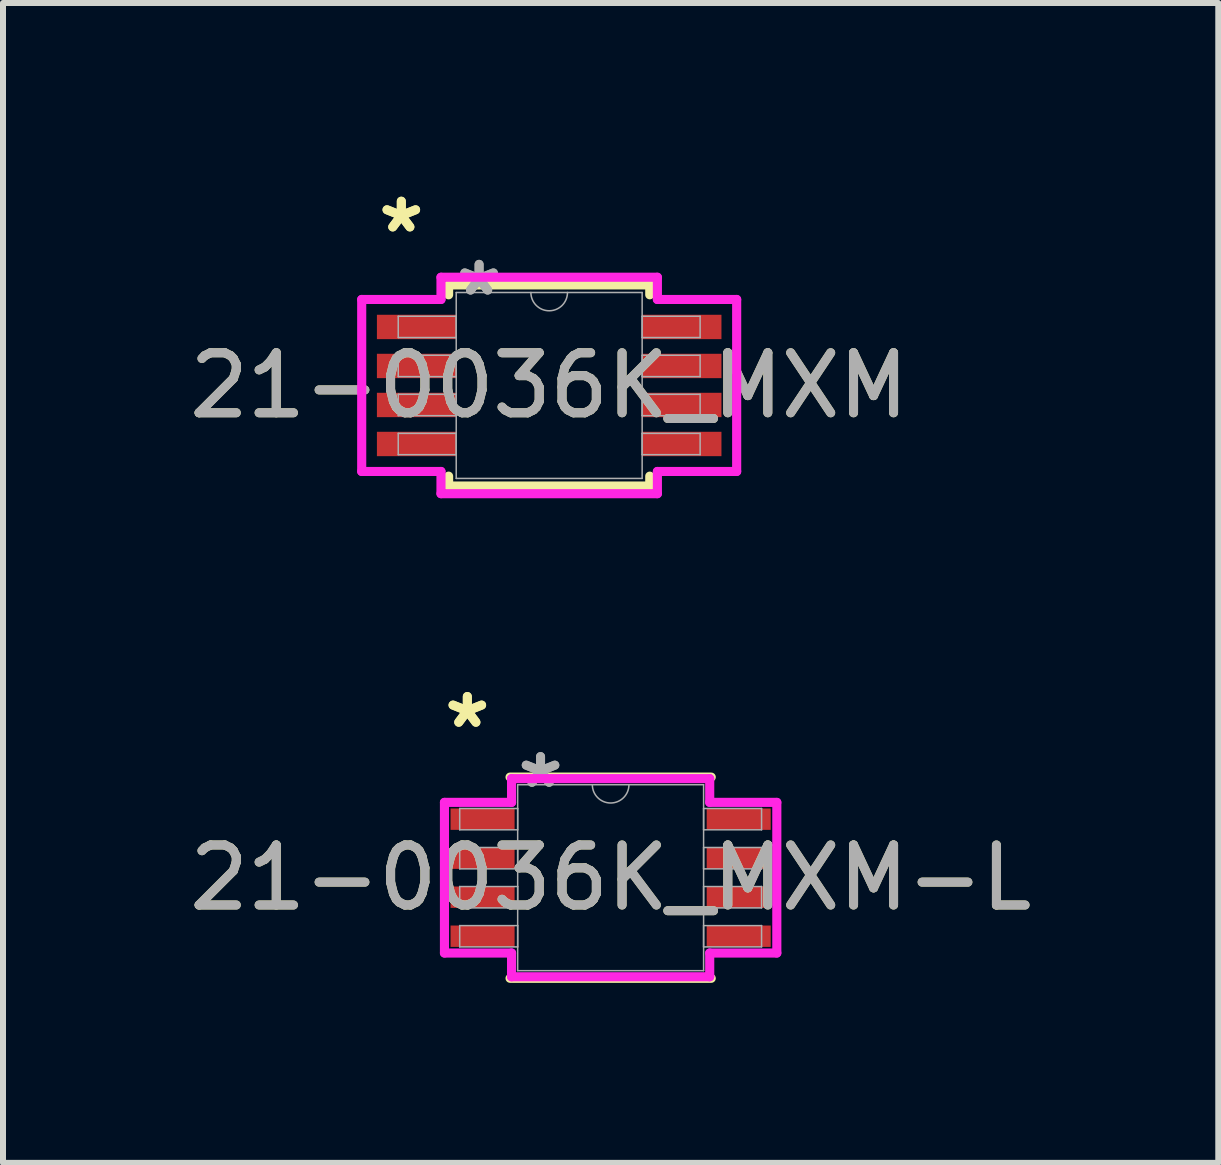
<source format=kicad_pcb>
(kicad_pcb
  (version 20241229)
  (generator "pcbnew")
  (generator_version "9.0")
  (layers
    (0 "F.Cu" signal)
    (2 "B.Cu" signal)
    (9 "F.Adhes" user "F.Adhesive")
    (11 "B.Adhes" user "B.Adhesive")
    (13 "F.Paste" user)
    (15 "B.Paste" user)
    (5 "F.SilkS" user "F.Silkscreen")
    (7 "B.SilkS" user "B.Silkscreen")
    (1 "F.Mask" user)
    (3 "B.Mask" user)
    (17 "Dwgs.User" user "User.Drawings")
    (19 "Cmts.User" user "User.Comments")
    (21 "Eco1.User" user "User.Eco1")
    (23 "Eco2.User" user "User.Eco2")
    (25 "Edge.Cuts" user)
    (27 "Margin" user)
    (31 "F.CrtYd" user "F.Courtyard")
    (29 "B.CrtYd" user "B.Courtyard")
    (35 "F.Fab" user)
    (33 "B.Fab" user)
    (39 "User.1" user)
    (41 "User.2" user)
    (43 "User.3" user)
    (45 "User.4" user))
  (footprint "21-0036K_MXM"
    (layer "F.Cu")
    (at 6.101 3.373)
    (property "Reference" "21-0036K_MXM" (at 0 0 0) (unlocked yes) (layer "F.SilkS") (effects (font (size 1 1) (thickness 0.15))))
    (attr smd)
    (fp_line (start -1.676 -1.676) (end -1.676 -1.511) (stroke (width 0.152) (type solid)) (layer "F.SilkS"))
    (fp_line (start -1.676 1.511) (end -1.676 1.676) (stroke (width 0.152) (type solid)) (layer "F.SilkS"))
    (fp_line (start -1.676 1.676) (end 1.676 1.676) (stroke (width 0.152) (type solid)) (layer "F.SilkS"))
    (fp_line (start 1.676 -1.676) (end -1.676 -1.676) (stroke (width 0.152) (type solid)) (layer "F.SilkS"))
    (fp_line (start 1.676 -1.511) (end 1.676 -1.676) (stroke (width 0.152) (type solid)) (layer "F.SilkS"))
    (fp_line (start 1.676 1.676) (end 1.676 1.511) (stroke (width 0.152) (type solid)) (layer "F.SilkS"))
    (fp_line (start -3.124 -1.433) (end -1.803 -1.433) (stroke (width 0.152) (type solid)) (layer "F.CrtYd"))
    (fp_line (start -3.124 1.433) (end -3.124 -1.433) (stroke (width 0.152) (type solid)) (layer "F.CrtYd"))
    (fp_line (start -3.124 1.433) (end -1.803 1.433) (stroke (width 0.152) (type solid)) (layer "F.CrtYd"))
    (fp_line (start -1.803 -1.803) (end 1.803 -1.803) (stroke (width 0.152) (type solid)) (layer "F.CrtYd"))
    (fp_line (start -1.803 -1.433) (end -1.803 -1.803) (stroke (width 0.152) (type solid)) (layer "F.CrtYd"))
    (fp_line (start -1.803 1.803) (end -1.803 1.433) (stroke (width 0.152) (type solid)) (layer "F.CrtYd"))
    (fp_line (start 1.803 -1.803) (end 1.803 -1.433) (stroke (width 0.152) (type solid)) (layer "F.CrtYd"))
    (fp_line (start 1.803 1.433) (end 1.803 1.803) (stroke (width 0.152) (type solid)) (layer "F.CrtYd"))
    (fp_line (start 1.803 1.803) (end -1.803 1.803) (stroke (width 0.152) (type solid)) (layer "F.CrtYd"))
    (fp_line (start 3.124 -1.433) (end 1.803 -1.433) (stroke (width 0.152) (type solid)) (layer "F.CrtYd"))
    (fp_line (start 3.124 -1.433) (end 3.124 1.433) (stroke (width 0.152) (type solid)) (layer "F.CrtYd"))
    (fp_line (start 3.124 1.433) (end 1.803 1.433) (stroke (width 0.152) (type solid)) (layer "F.CrtYd"))
    (fp_line (start -2.515 -1.153) (end -2.515 -0.798) (stroke (width 0.025) (type solid)) (layer "F.Fab"))
    (fp_line (start -2.515 -0.798) (end -1.549 -0.798) (stroke (width 0.025) (type solid)) (layer "F.Fab"))
    (fp_line (start -2.515 -0.503) (end -2.515 -0.147) (stroke (width 0.025) (type solid)) (layer "F.Fab"))
    (fp_line (start -2.515 -0.147) (end -1.549 -0.147) (stroke (width 0.025) (type solid)) (layer "F.Fab"))
    (fp_line (start -2.515 0.147) (end -2.515 0.503) (stroke (width 0.025) (type solid)) (layer "F.Fab"))
    (fp_line (start -2.515 0.503) (end -1.549 0.503) (stroke (width 0.025) (type solid)) (layer "F.Fab"))
    (fp_line (start -2.515 0.798) (end -2.515 1.153) (stroke (width 0.025) (type solid)) (layer "F.Fab"))
    (fp_line (start -2.515 1.153) (end -1.549 1.153) (stroke (width 0.025) (type solid)) (layer "F.Fab"))
    (fp_line (start -1.549 -1.549) (end -1.549 1.549) (stroke (width 0.025) (type solid)) (layer "F.Fab"))
    (fp_line (start -1.549 -1.153) (end -2.515 -1.153) (stroke (width 0.025) (type solid)) (layer "F.Fab"))
    (fp_line (start -1.549 -0.798) (end -1.549 -1.153) (stroke (width 0.025) (type solid)) (layer "F.Fab"))
    (fp_line (start -1.549 -0.503) (end -2.515 -0.503) (stroke (width 0.025) (type solid)) (layer "F.Fab"))
    (fp_line (start -1.549 -0.147) (end -1.549 -0.503) (stroke (width 0.025) (type solid)) (layer "F.Fab"))
    (fp_line (start -1.549 0.147) (end -2.515 0.147) (stroke (width 0.025) (type solid)) (layer "F.Fab"))
    (fp_line (start -1.549 0.503) (end -1.549 0.147) (stroke (width 0.025) (type solid)) (layer "F.Fab"))
    (fp_line (start -1.549 0.798) (end -2.515 0.798) (stroke (width 0.025) (type solid)) (layer "F.Fab"))
    (fp_line (start -1.549 1.153) (end -1.549 0.798) (stroke (width 0.025) (type solid)) (layer "F.Fab"))
    (fp_line (start -1.549 1.549) (end 1.549 1.549) (stroke (width 0.025) (type solid)) (layer "F.Fab"))
    (fp_line (start 1.549 -1.549) (end -1.549 -1.549) (stroke (width 0.025) (type solid)) (layer "F.Fab"))
    (fp_line (start 1.549 -1.153) (end 1.549 -0.798) (stroke (width 0.025) (type solid)) (layer "F.Fab"))
    (fp_line (start 1.549 -0.798) (end 2.515 -0.798) (stroke (width 0.025) (type solid)) (layer "F.Fab"))
    (fp_line (start 1.549 -0.503) (end 1.549 -0.147) (stroke (width 0.025) (type solid)) (layer "F.Fab"))
    (fp_line (start 1.549 -0.147) (end 2.515 -0.147) (stroke (width 0.025) (type solid)) (layer "F.Fab"))
    (fp_line (start 1.549 0.147) (end 1.549 0.503) (stroke (width 0.025) (type solid)) (layer "F.Fab"))
    (fp_line (start 1.549 0.503) (end 2.515 0.503) (stroke (width 0.025) (type solid)) (layer "F.Fab"))
    (fp_line (start 1.549 0.798) (end 1.549 1.153) (stroke (width 0.025) (type solid)) (layer "F.Fab"))
    (fp_line (start 1.549 1.153) (end 2.515 1.153) (stroke (width 0.025) (type solid)) (layer "F.Fab"))
    (fp_line (start 1.549 1.549) (end 1.549 -1.549) (stroke (width 0.025) (type solid)) (layer "F.Fab"))
    (fp_line (start 2.515 -1.153) (end 1.549 -1.153) (stroke (width 0.025) (type solid)) (layer "F.Fab"))
    (fp_line (start 2.515 -0.798) (end 2.515 -1.153) (stroke (width 0.025) (type solid)) (layer "F.Fab"))
    (fp_line (start 2.515 -0.503) (end 1.549 -0.503) (stroke (width 0.025) (type solid)) (layer "F.Fab"))
    (fp_line (start 2.515 -0.147) (end 2.515 -0.503) (stroke (width 0.025) (type solid)) (layer "F.Fab"))
    (fp_line (start 2.515 0.147) (end 1.549 0.147) (stroke (width 0.025) (type solid)) (layer "F.Fab"))
    (fp_line (start 2.515 0.503) (end 2.515 0.147) (stroke (width 0.025) (type solid)) (layer "F.Fab"))
    (fp_line (start 2.515 0.798) (end 1.549 0.798) (stroke (width 0.025) (type solid)) (layer "F.Fab"))
    (fp_line (start 2.515 1.153) (end 2.515 0.798) (stroke (width 0.025) (type solid)) (layer "F.Fab"))
    (fp_arc (start 0.3048 -1.5494) (mid 0 -1.2446) (end -0.3048 -1.5494) (stroke (width 0.0254) (type solid)) (layer "F.Fab"))
    (fp_text user "*" (at -2.464 -2.525 0) (layer "F.SilkS") (effects (font (size 1 1) (thickness 0.15))))
    (fp_text user "*" (at -2.464 -2.525 0) (unlocked yes) (layer "F.SilkS") (effects (font (size 1 1) (thickness 0.15))))
    (fp_text user "${REFERENCE}" (at 0 0 0) (unlocked yes) (layer "F.Fab") (effects (font (size 1 1) (thickness 0.15))))
    (fp_text user "*" (at -1.168 -1.473 0) (unlocked yes) (layer "F.Fab") (effects (font (size 1 1) (thickness 0.15))))
    (fp_text user "*" (at -1.168 -1.473 0) (layer "F.Fab") (effects (font (size 1 1) (thickness 0.15))))
    (pad "1" smd rect (at -2.21 -0.975) (size 1.321 0.406) (layers "F.Cu" "F.Mask" "F.Paste"))
    (pad "2" smd rect (at -2.21 -0.325) (size 1.321 0.406) (layers "F.Cu" "F.Mask" "F.Paste"))
    (pad "3" smd rect (at -2.21 0.325) (size 1.321 0.406) (layers "F.Cu" "F.Mask" "F.Paste"))
    (pad "4" smd rect (at -2.21 0.975) (size 1.321 0.406) (layers "F.Cu" "F.Mask" "F.Paste"))
    (pad "5" smd rect (at 2.21 0.975) (size 1.321 0.406) (layers "F.Cu" "F.Mask" "F.Paste"))
    (pad "6" smd rect (at 2.21 0.325) (size 1.321 0.406) (layers "F.Cu" "F.Mask" "F.Paste"))
    (pad "7" smd rect (at 2.21 -0.325) (size 1.321 0.406) (layers "F.Cu" "F.Mask" "F.Paste"))
    (pad "8" smd rect (at 2.21 -0.975) (size 1.321 0.406) (layers "F.Cu" "F.Mask" "F.Paste")))
  (footprint "21-0036K_MXM-L"
    (layer "F.Cu")
    (at 7.125 11.575)
    (property "Reference" "21-0036K_MXM-L" (at 0 0 0) (unlocked yes) (layer "F.SilkS") (effects (font (size 1 1) (thickness 0.15))))
    (attr smd)
    (fp_line (start -1.676 1.676) (end 1.676 1.676) (stroke (width 0.152) (type solid)) (layer "F.SilkS"))
    (fp_line (start 1.676 -1.676) (end -1.676 -1.676) (stroke (width 0.152) (type solid)) (layer "F.SilkS"))
    (fp_line (start -2.769 -1.255) (end -1.651 -1.255) (stroke (width 0.152) (type solid)) (layer "F.CrtYd"))
    (fp_line (start -2.769 1.255) (end -2.769 -1.255) (stroke (width 0.152) (type solid)) (layer "F.CrtYd"))
    (fp_line (start -2.769 1.255) (end -1.651 1.255) (stroke (width 0.152) (type solid)) (layer "F.CrtYd"))
    (fp_line (start -1.651 -1.651) (end 1.651 -1.651) (stroke (width 0.152) (type solid)) (layer "F.CrtYd"))
    (fp_line (start -1.651 -1.255) (end -1.651 -1.651) (stroke (width 0.152) (type solid)) (layer "F.CrtYd"))
    (fp_line (start -1.651 1.651) (end -1.651 1.255) (stroke (width 0.152) (type solid)) (layer "F.CrtYd"))
    (fp_line (start 1.651 -1.651) (end 1.651 -1.255) (stroke (width 0.152) (type solid)) (layer "F.CrtYd"))
    (fp_line (start 1.651 1.255) (end 1.651 1.651) (stroke (width 0.152) (type solid)) (layer "F.CrtYd"))
    (fp_line (start 1.651 1.651) (end -1.651 1.651) (stroke (width 0.152) (type solid)) (layer "F.CrtYd"))
    (fp_line (start 2.769 -1.255) (end 1.651 -1.255) (stroke (width 0.152) (type solid)) (layer "F.CrtYd"))
    (fp_line (start 2.769 -1.255) (end 2.769 1.255) (stroke (width 0.152) (type solid)) (layer "F.CrtYd"))
    (fp_line (start 2.769 1.255) (end 1.651 1.255) (stroke (width 0.152) (type solid)) (layer "F.CrtYd"))
    (fp_line (start -2.515 -1.153) (end -2.515 -0.798) (stroke (width 0.025) (type solid)) (layer "F.Fab"))
    (fp_line (start -2.515 -0.798) (end -1.549 -0.798) (stroke (width 0.025) (type solid)) (layer "F.Fab"))
    (fp_line (start -2.515 -0.503) (end -2.515 -0.147) (stroke (width 0.025) (type solid)) (layer "F.Fab"))
    (fp_line (start -2.515 -0.147) (end -1.549 -0.147) (stroke (width 0.025) (type solid)) (layer "F.Fab"))
    (fp_line (start -2.515 0.147) (end -2.515 0.503) (stroke (width 0.025) (type solid)) (layer "F.Fab"))
    (fp_line (start -2.515 0.503) (end -1.549 0.503) (stroke (width 0.025) (type solid)) (layer "F.Fab"))
    (fp_line (start -2.515 0.798) (end -2.515 1.153) (stroke (width 0.025) (type solid)) (layer "F.Fab"))
    (fp_line (start -2.515 1.153) (end -1.549 1.153) (stroke (width 0.025) (type solid)) (layer "F.Fab"))
    (fp_line (start -1.549 -1.549) (end -1.549 1.549) (stroke (width 0.025) (type solid)) (layer "F.Fab"))
    (fp_line (start -1.549 -1.153) (end -2.515 -1.153) (stroke (width 0.025) (type solid)) (layer "F.Fab"))
    (fp_line (start -1.549 -0.798) (end -1.549 -1.153) (stroke (width 0.025) (type solid)) (layer "F.Fab"))
    (fp_line (start -1.549 -0.503) (end -2.515 -0.503) (stroke (width 0.025) (type solid)) (layer "F.Fab"))
    (fp_line (start -1.549 -0.147) (end -1.549 -0.503) (stroke (width 0.025) (type solid)) (layer "F.Fab"))
    (fp_line (start -1.549 0.147) (end -2.515 0.147) (stroke (width 0.025) (type solid)) (layer "F.Fab"))
    (fp_line (start -1.549 0.503) (end -1.549 0.147) (stroke (width 0.025) (type solid)) (layer "F.Fab"))
    (fp_line (start -1.549 0.798) (end -2.515 0.798) (stroke (width 0.025) (type solid)) (layer "F.Fab"))
    (fp_line (start -1.549 1.153) (end -1.549 0.798) (stroke (width 0.025) (type solid)) (layer "F.Fab"))
    (fp_line (start -1.549 1.549) (end 1.549 1.549) (stroke (width 0.025) (type solid)) (layer "F.Fab"))
    (fp_line (start 1.549 -1.549) (end -1.549 -1.549) (stroke (width 0.025) (type solid)) (layer "F.Fab"))
    (fp_line (start 1.549 -1.153) (end 1.549 -0.798) (stroke (width 0.025) (type solid)) (layer "F.Fab"))
    (fp_line (start 1.549 -0.798) (end 2.515 -0.798) (stroke (width 0.025) (type solid)) (layer "F.Fab"))
    (fp_line (start 1.549 -0.503) (end 1.549 -0.147) (stroke (width 0.025) (type solid)) (layer "F.Fab"))
    (fp_line (start 1.549 -0.147) (end 2.515 -0.147) (stroke (width 0.025) (type solid)) (layer "F.Fab"))
    (fp_line (start 1.549 0.147) (end 1.549 0.503) (stroke (width 0.025) (type solid)) (layer "F.Fab"))
    (fp_line (start 1.549 0.503) (end 2.515 0.503) (stroke (width 0.025) (type solid)) (layer "F.Fab"))
    (fp_line (start 1.549 0.798) (end 1.549 1.153) (stroke (width 0.025) (type solid)) (layer "F.Fab"))
    (fp_line (start 1.549 1.153) (end 2.515 1.153) (stroke (width 0.025) (type solid)) (layer "F.Fab"))
    (fp_line (start 1.549 1.549) (end 1.549 -1.549) (stroke (width 0.025) (type solid)) (layer "F.Fab"))
    (fp_line (start 2.515 -1.153) (end 1.549 -1.153) (stroke (width 0.025) (type solid)) (layer "F.Fab"))
    (fp_line (start 2.515 -0.798) (end 2.515 -1.153) (stroke (width 0.025) (type solid)) (layer "F.Fab"))
    (fp_line (start 2.515 -0.503) (end 1.549 -0.503) (stroke (width 0.025) (type solid)) (layer "F.Fab"))
    (fp_line (start 2.515 -0.147) (end 2.515 -0.503) (stroke (width 0.025) (type solid)) (layer "F.Fab"))
    (fp_line (start 2.515 0.147) (end 1.549 0.147) (stroke (width 0.025) (type solid)) (layer "F.Fab"))
    (fp_line (start 2.515 0.503) (end 2.515 0.147) (stroke (width 0.025) (type solid)) (layer "F.Fab"))
    (fp_line (start 2.515 0.798) (end 1.549 0.798) (stroke (width 0.025) (type solid)) (layer "F.Fab"))
    (fp_line (start 2.515 1.153) (end 2.515 0.798) (stroke (width 0.025) (type solid)) (layer "F.Fab"))
    (fp_arc (start 0.3048 -1.5494) (mid 0 -1.2446) (end -0.3048 -1.5494) (stroke (width 0.0254) (type solid)) (layer "F.Fab"))
    (fp_text user "*" (at -2.388 -2.474 0) (unlocked yes) (layer "F.SilkS") (effects (font (size 1 1) (thickness 0.15))))
    (fp_text user "*" (at -2.388 -2.474 0) (layer "F.SilkS") (effects (font (size 1 1) (thickness 0.15))))
    (fp_text user "${REFERENCE}" (at 0 0 0) (unlocked yes) (layer "F.Fab") (effects (font (size 1 1) (thickness 0.15))))
    (fp_text user "*" (at -1.168 -1.473 0) (layer "F.Fab") (effects (font (size 1 1) (thickness 0.15))))
    (fp_text user "*" (at -1.168 -1.473 0) (unlocked yes) (layer "F.Fab") (effects (font (size 1 1) (thickness 0.15))))
    (pad "1" smd rect (at -2.134 -0.975) (size 1.067 0.356) (layers "F.Cu" "F.Mask" "F.Paste"))
    (pad "2" smd rect (at -2.134 -0.325) (size 1.067 0.356) (layers "F.Cu" "F.Mask" "F.Paste"))
    (pad "3" smd rect (at -2.134 0.325) (size 1.067 0.356) (layers "F.Cu" "F.Mask" "F.Paste"))
    (pad "4" smd rect (at -2.134 0.975) (size 1.067 0.356) (layers "F.Cu" "F.Mask" "F.Paste"))
    (pad "5" smd rect (at 2.134 0.975) (size 1.067 0.356) (layers "F.Cu" "F.Mask" "F.Paste"))
    (pad "6" smd rect (at 2.134 0.325) (size 1.067 0.356) (layers "F.Cu" "F.Mask" "F.Paste"))
    (pad "7" smd rect (at 2.134 -0.325) (size 1.067 0.356) (layers "F.Cu" "F.Mask" "F.Paste"))
    (pad "8" smd rect (at 2.134 -0.975) (size 1.067 0.356) (layers "F.Cu" "F.Mask" "F.Paste")))
  (gr_rect
    (start -3 -3)
    (end 17.25 16.327)
    (stroke (width 0.1) (type default))
    (fill no)
    (layer "Edge.Cuts")))
</source>
